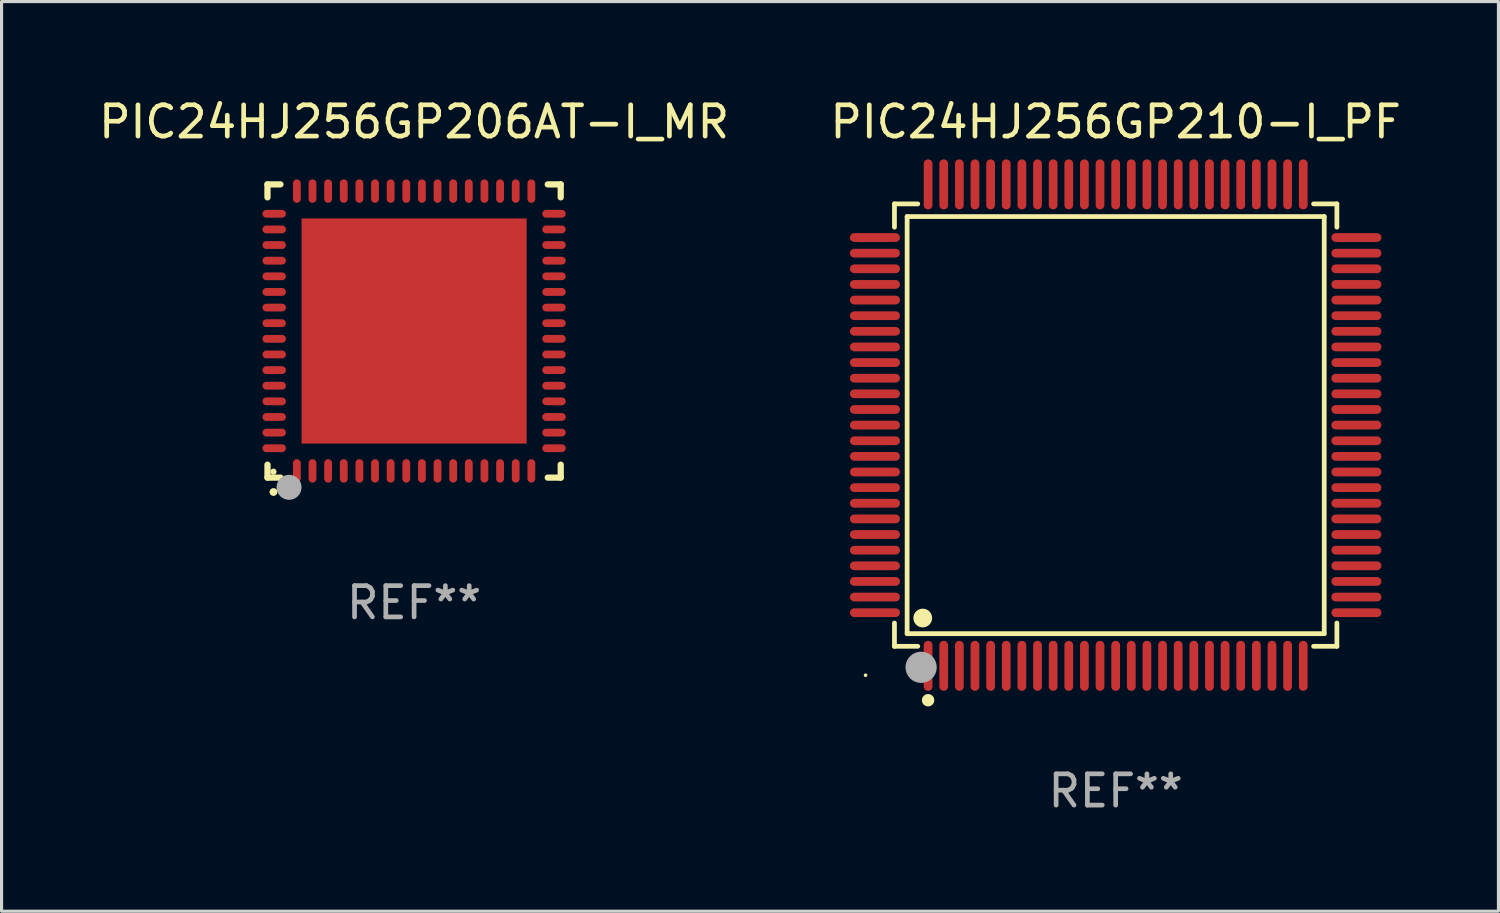
<source format=kicad_pcb>
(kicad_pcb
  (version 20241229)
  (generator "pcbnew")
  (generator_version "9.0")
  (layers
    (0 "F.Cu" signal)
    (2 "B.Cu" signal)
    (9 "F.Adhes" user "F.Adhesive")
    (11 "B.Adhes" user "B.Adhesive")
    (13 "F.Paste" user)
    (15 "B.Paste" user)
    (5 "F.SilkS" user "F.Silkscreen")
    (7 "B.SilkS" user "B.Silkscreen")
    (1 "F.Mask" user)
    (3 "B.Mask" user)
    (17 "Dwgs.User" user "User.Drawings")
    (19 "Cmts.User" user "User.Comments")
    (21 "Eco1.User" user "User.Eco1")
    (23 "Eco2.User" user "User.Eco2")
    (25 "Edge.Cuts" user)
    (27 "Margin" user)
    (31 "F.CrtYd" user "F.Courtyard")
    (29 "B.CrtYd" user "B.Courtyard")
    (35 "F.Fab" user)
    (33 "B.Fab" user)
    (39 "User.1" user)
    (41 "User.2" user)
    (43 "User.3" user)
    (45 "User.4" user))
  (footprint "PIC24HJ256GP210-I_PF"
    (layer "F.Cu")
    (at 32.637 10.548)
    (property "Reference" "PIC24HJ256GP210-I_PF" (at 0 -9.7 0) (layer "F.SilkS") (effects (font (size 1 1) (thickness 0.15))))
    (attr through_hole)
    (fp_line (start -7.076 -7.076) (end -6.331 -7.076) (stroke (width 0.152) (type solid)) (layer "F.SilkS"))
    (fp_line (start -7.076 -6.331) (end -7.076 -7.076) (stroke (width 0.152) (type solid)) (layer "F.SilkS"))
    (fp_line (start -7.076 6.331) (end -7.076 7.076) (stroke (width 0.152) (type solid)) (layer "F.SilkS"))
    (fp_line (start -7.076 7.076) (end -6.331 7.076) (stroke (width 0.152) (type solid)) (layer "F.SilkS"))
    (fp_line (start -6.671 -6.671) (end 6.671 -6.671) (stroke (width 0.152) (type solid)) (layer "F.SilkS"))
    (fp_line (start -6.671 6.671) (end -6.671 -6.671) (stroke (width 0.152) (type solid)) (layer "F.SilkS"))
    (fp_line (start 6.671 -6.671) (end 6.671 6.671) (stroke (width 0.152) (type solid)) (layer "F.SilkS"))
    (fp_line (start 6.671 6.671) (end -6.671 6.671) (stroke (width 0.152) (type solid)) (layer "F.SilkS"))
    (fp_line (start 7.076 -7.076) (end 6.331 -7.076) (stroke (width 0.152) (type solid)) (layer "F.SilkS"))
    (fp_line (start 7.076 -6.331) (end 7.076 -7.076) (stroke (width 0.152) (type solid)) (layer "F.SilkS"))
    (fp_line (start 7.076 6.331) (end 7.076 7.076) (stroke (width 0.152) (type solid)) (layer "F.SilkS"))
    (fp_line (start 7.076 7.076) (end 6.331 7.076) (stroke (width 0.152) (type solid)) (layer "F.SilkS"))
    (fp_circle (center -8 8) (end -7.97 8) (stroke (width 0.06) (type solid)) (fill no) (layer "F.SilkS"))
    (fp_circle (center -6.171 6.171) (end -6.021 6.171) (stroke (width 0.3) (type solid)) (fill no) (layer "F.SilkS"))
    (fp_circle (center -6 8.8) (end -5.9 8.8) (stroke (width 0.2) (type solid)) (fill no) (layer "F.SilkS"))
    (fp_circle (center -6.223 7.747) (end -5.973 7.747) (stroke (width 0.5) (type solid)) (fill no) (layer "F.Fab"))
    (fp_text user "REF**" (at 0 11.7 0) (layer "F.Fab") (effects (font (size 1 1) (thickness 0.15))))
    (pad "1" smd oval (at -6 7.7) (size 0.28 1.6) (layers "F.Cu" "F.Mask" "F.Paste"))
    (pad "2" smd oval (at -5.5 7.7) (size 0.28 1.6) (layers "F.Cu" "F.Mask" "F.Paste"))
    (pad "3" smd oval (at -5 7.7) (size 0.28 1.6) (layers "F.Cu" "F.Mask" "F.Paste"))
    (pad "4" smd oval (at -4.5 7.7) (size 0.28 1.6) (layers "F.Cu" "F.Mask" "F.Paste"))
    (pad "5" smd oval (at -4 7.7) (size 0.28 1.6) (layers "F.Cu" "F.Mask" "F.Paste"))
    (pad "6" smd oval (at -3.5 7.7) (size 0.28 1.6) (layers "F.Cu" "F.Mask" "F.Paste"))
    (pad "7" smd oval (at -3 7.7) (size 0.28 1.6) (layers "F.Cu" "F.Mask" "F.Paste"))
    (pad "8" smd oval (at -2.5 7.7) (size 0.28 1.6) (layers "F.Cu" "F.Mask" "F.Paste"))
    (pad "9" smd oval (at -2 7.7) (size 0.28 1.6) (layers "F.Cu" "F.Mask" "F.Paste"))
    (pad "10" smd oval (at -1.5 7.7) (size 0.28 1.6) (layers "F.Cu" "F.Mask" "F.Paste"))
    (pad "11" smd oval (at -1 7.7) (size 0.28 1.6) (layers "F.Cu" "F.Mask" "F.Paste"))
    (pad "12" smd oval (at -0.5 7.7) (size 0.28 1.6) (layers "F.Cu" "F.Mask" "F.Paste"))
    (pad "13" smd oval (at 0 7.7) (size 0.28 1.6) (layers "F.Cu" "F.Mask" "F.Paste"))
    (pad "14" smd oval (at 0.5 7.7) (size 0.28 1.6) (layers "F.Cu" "F.Mask" "F.Paste"))
    (pad "15" smd oval (at 1 7.7) (size 0.28 1.6) (layers "F.Cu" "F.Mask" "F.Paste"))
    (pad "16" smd oval (at 1.5 7.7) (size 0.28 1.6) (layers "F.Cu" "F.Mask" "F.Paste"))
    (pad "17" smd oval (at 2 7.7) (size 0.28 1.6) (layers "F.Cu" "F.Mask" "F.Paste"))
    (pad "18" smd oval (at 2.5 7.7) (size 0.28 1.6) (layers "F.Cu" "F.Mask" "F.Paste"))
    (pad "19" smd oval (at 3 7.7) (size 0.28 1.6) (layers "F.Cu" "F.Mask" "F.Paste"))
    (pad "20" smd oval (at 3.5 7.7) (size 0.28 1.6) (layers "F.Cu" "F.Mask" "F.Paste"))
    (pad "21" smd oval (at 4 7.7) (size 0.28 1.6) (layers "F.Cu" "F.Mask" "F.Paste"))
    (pad "22" smd oval (at 4.5 7.7) (size 0.28 1.6) (layers "F.Cu" "F.Mask" "F.Paste"))
    (pad "23" smd oval (at 5 7.7) (size 0.28 1.6) (layers "F.Cu" "F.Mask" "F.Paste"))
    (pad "24" smd oval (at 5.5 7.7) (size 0.28 1.6) (layers "F.Cu" "F.Mask" "F.Paste"))
    (pad "25" smd oval (at 6 7.7) (size 0.28 1.6) (layers "F.Cu" "F.Mask" "F.Paste"))
    (pad "26" smd oval (at 7.7 6) (size 1.6 0.28) (layers "F.Cu" "F.Mask" "F.Paste"))
    (pad "27" smd oval (at 7.7 5.5) (size 1.6 0.28) (layers "F.Cu" "F.Mask" "F.Paste"))
    (pad "28" smd oval (at 7.7 5) (size 1.6 0.28) (layers "F.Cu" "F.Mask" "F.Paste"))
    (pad "29" smd oval (at 7.7 4.5) (size 1.6 0.28) (layers "F.Cu" "F.Mask" "F.Paste"))
    (pad "30" smd oval (at 7.7 4) (size 1.6 0.28) (layers "F.Cu" "F.Mask" "F.Paste"))
    (pad "31" smd oval (at 7.7 3.5) (size 1.6 0.28) (layers "F.Cu" "F.Mask" "F.Paste"))
    (pad "32" smd oval (at 7.7 3) (size 1.6 0.28) (layers "F.Cu" "F.Mask" "F.Paste"))
    (pad "33" smd oval (at 7.7 2.5) (size 1.6 0.28) (layers "F.Cu" "F.Mask" "F.Paste"))
    (pad "34" smd oval (at 7.7 2) (size 1.6 0.28) (layers "F.Cu" "F.Mask" "F.Paste"))
    (pad "35" smd oval (at 7.7 1.5) (size 1.6 0.28) (layers "F.Cu" "F.Mask" "F.Paste"))
    (pad "36" smd oval (at 7.7 1) (size 1.6 0.28) (layers "F.Cu" "F.Mask" "F.Paste"))
    (pad "37" smd oval (at 7.7 0.5) (size 1.6 0.28) (layers "F.Cu" "F.Mask" "F.Paste"))
    (pad "38" smd oval (at 7.7 0) (size 1.6 0.28) (layers "F.Cu" "F.Mask" "F.Paste"))
    (pad "39" smd oval (at 7.7 -0.5) (size 1.6 0.28) (layers "F.Cu" "F.Mask" "F.Paste"))
    (pad "40" smd oval (at 7.7 -1) (size 1.6 0.28) (layers "F.Cu" "F.Mask" "F.Paste"))
    (pad "41" smd oval (at 7.7 -1.5) (size 1.6 0.28) (layers "F.Cu" "F.Mask" "F.Paste"))
    (pad "42" smd oval (at 7.7 -2) (size 1.6 0.28) (layers "F.Cu" "F.Mask" "F.Paste"))
    (pad "43" smd oval (at 7.7 -2.5) (size 1.6 0.28) (layers "F.Cu" "F.Mask" "F.Paste"))
    (pad "44" smd oval (at 7.7 -3) (size 1.6 0.28) (layers "F.Cu" "F.Mask" "F.Paste"))
    (pad "45" smd oval (at 7.7 -3.5) (size 1.6 0.28) (layers "F.Cu" "F.Mask" "F.Paste"))
    (pad "46" smd oval (at 7.7 -4) (size 1.6 0.28) (layers "F.Cu" "F.Mask" "F.Paste"))
    (pad "47" smd oval (at 7.7 -4.5) (size 1.6 0.28) (layers "F.Cu" "F.Mask" "F.Paste"))
    (pad "48" smd oval (at 7.7 -5) (size 1.6 0.28) (layers "F.Cu" "F.Mask" "F.Paste"))
    (pad "49" smd oval (at 7.7 -5.5) (size 1.6 0.28) (layers "F.Cu" "F.Mask" "F.Paste"))
    (pad "50" smd oval (at 7.7 -6) (size 1.6 0.28) (layers "F.Cu" "F.Mask" "F.Paste"))
    (pad "51" smd oval (at 6 -7.7) (size 0.28 1.6) (layers "F.Cu" "F.Mask" "F.Paste"))
    (pad "52" smd oval (at 5.5 -7.7) (size 0.28 1.6) (layers "F.Cu" "F.Mask" "F.Paste"))
    (pad "53" smd oval (at 5 -7.7) (size 0.28 1.6) (layers "F.Cu" "F.Mask" "F.Paste"))
    (pad "54" smd oval (at 4.5 -7.7) (size 0.28 1.6) (layers "F.Cu" "F.Mask" "F.Paste"))
    (pad "55" smd oval (at 4 -7.7) (size 0.28 1.6) (layers "F.Cu" "F.Mask" "F.Paste"))
    (pad "56" smd oval (at 3.5 -7.7) (size 0.28 1.6) (layers "F.Cu" "F.Mask" "F.Paste"))
    (pad "57" smd oval (at 3 -7.7) (size 0.28 1.6) (layers "F.Cu" "F.Mask" "F.Paste"))
    (pad "58" smd oval (at 2.5 -7.7) (size 0.28 1.6) (layers "F.Cu" "F.Mask" "F.Paste"))
    (pad "59" smd oval (at 2 -7.7) (size 0.28 1.6) (layers "F.Cu" "F.Mask" "F.Paste"))
    (pad "60" smd oval (at 1.5 -7.7) (size 0.28 1.6) (layers "F.Cu" "F.Mask" "F.Paste"))
    (pad "61" smd oval (at 1 -7.7) (size 0.28 1.6) (layers "F.Cu" "F.Mask" "F.Paste"))
    (pad "62" smd oval (at 0.5 -7.7) (size 0.28 1.6) (layers "F.Cu" "F.Mask" "F.Paste"))
    (pad "63" smd oval (at 0 -7.7) (size 0.28 1.6) (layers "F.Cu" "F.Mask" "F.Paste"))
    (pad "64" smd oval (at -0.5 -7.7) (size 0.28 1.6) (layers "F.Cu" "F.Mask" "F.Paste"))
    (pad "65" smd oval (at -1 -7.7) (size 0.28 1.6) (layers "F.Cu" "F.Mask" "F.Paste"))
    (pad "66" smd oval (at -1.5 -7.7) (size 0.28 1.6) (layers "F.Cu" "F.Mask" "F.Paste"))
    (pad "67" smd oval (at -2 -7.7) (size 0.28 1.6) (layers "F.Cu" "F.Mask" "F.Paste"))
    (pad "68" smd oval (at -2.5 -7.7) (size 0.28 1.6) (layers "F.Cu" "F.Mask" "F.Paste"))
    (pad "69" smd oval (at -3 -7.7) (size 0.28 1.6) (layers "F.Cu" "F.Mask" "F.Paste"))
    (pad "70" smd oval (at -3.5 -7.7) (size 0.28 1.6) (layers "F.Cu" "F.Mask" "F.Paste"))
    (pad "71" smd oval (at -4 -7.7) (size 0.28 1.6) (layers "F.Cu" "F.Mask" "F.Paste"))
    (pad "72" smd oval (at -4.5 -7.7) (size 0.28 1.6) (layers "F.Cu" "F.Mask" "F.Paste"))
    (pad "73" smd oval (at -5 -7.7) (size 0.28 1.6) (layers "F.Cu" "F.Mask" "F.Paste"))
    (pad "74" smd oval (at -5.5 -7.7) (size 0.28 1.6) (layers "F.Cu" "F.Mask" "F.Paste"))
    (pad "75" smd oval (at -6 -7.7) (size 0.28 1.6) (layers "F.Cu" "F.Mask" "F.Paste"))
    (pad "76" smd oval (at -7.7 -6) (size 1.6 0.28) (layers "F.Cu" "F.Mask" "F.Paste"))
    (pad "77" smd oval (at -7.7 -5.5) (size 1.6 0.28) (layers "F.Cu" "F.Mask" "F.Paste"))
    (pad "78" smd oval (at -7.7 -5) (size 1.6 0.28) (layers "F.Cu" "F.Mask" "F.Paste"))
    (pad "79" smd oval (at -7.7 -4.5) (size 1.6 0.28) (layers "F.Cu" "F.Mask" "F.Paste"))
    (pad "80" smd oval (at -7.7 -4) (size 1.6 0.28) (layers "F.Cu" "F.Mask" "F.Paste"))
    (pad "81" smd oval (at -7.7 -3.5) (size 1.6 0.28) (layers "F.Cu" "F.Mask" "F.Paste"))
    (pad "82" smd oval (at -7.7 -3) (size 1.6 0.28) (layers "F.Cu" "F.Mask" "F.Paste"))
    (pad "83" smd oval (at -7.7 -2.5) (size 1.6 0.28) (layers "F.Cu" "F.Mask" "F.Paste"))
    (pad "84" smd oval (at -7.7 -2) (size 1.6 0.28) (layers "F.Cu" "F.Mask" "F.Paste"))
    (pad "85" smd oval (at -7.7 -1.5) (size 1.6 0.28) (layers "F.Cu" "F.Mask" "F.Paste"))
    (pad "86" smd oval (at -7.7 -1) (size 1.6 0.28) (layers "F.Cu" "F.Mask" "F.Paste"))
    (pad "87" smd oval (at -7.7 -0.5) (size 1.6 0.28) (layers "F.Cu" "F.Mask" "F.Paste"))
    (pad "88" smd oval (at -7.7 0) (size 1.6 0.28) (layers "F.Cu" "F.Mask" "F.Paste"))
    (pad "89" smd oval (at -7.7 0.5) (size 1.6 0.28) (layers "F.Cu" "F.Mask" "F.Paste"))
    (pad "90" smd oval (at -7.7 1) (size 1.6 0.28) (layers "F.Cu" "F.Mask" "F.Paste"))
    (pad "91" smd oval (at -7.7 1.5) (size 1.6 0.28) (layers "F.Cu" "F.Mask" "F.Paste"))
    (pad "92" smd oval (at -7.7 2) (size 1.6 0.28) (layers "F.Cu" "F.Mask" "F.Paste"))
    (pad "93" smd oval (at -7.7 2.5) (size 1.6 0.28) (layers "F.Cu" "F.Mask" "F.Paste"))
    (pad "94" smd oval (at -7.7 3) (size 1.6 0.28) (layers "F.Cu" "F.Mask" "F.Paste"))
    (pad "95" smd oval (at -7.7 3.5) (size 1.6 0.28) (layers "F.Cu" "F.Mask" "F.Paste"))
    (pad "96" smd oval (at -7.7 4) (size 1.6 0.28) (layers "F.Cu" "F.Mask" "F.Paste"))
    (pad "97" smd oval (at -7.7 4.5) (size 1.6 0.28) (layers "F.Cu" "F.Mask" "F.Paste"))
    (pad "98" smd oval (at -7.7 5) (size 1.6 0.28) (layers "F.Cu" "F.Mask" "F.Paste"))
    (pad "99" smd oval (at -7.7 5.5) (size 1.6 0.28) (layers "F.Cu" "F.Mask" "F.Paste"))
    (pad "100" smd oval (at -7.7 6) (size 1.6 0.28) (layers "F.Cu" "F.Mask" "F.Paste")))
  (footprint "PIC24HJ256GP206AT-I_MR"
    (layer "F.Cu")
    (at 10.196 7.538)
    (property "Reference" "PIC24HJ256GP206AT-I_MR" (at 0 -6.69 0) (layer "F.SilkS") (effects (font (size 1 1) (thickness 0.15))))
    (attr through_hole)
    (fp_line (start -4.69 -4.69) (end -4.275 -4.69) (stroke (width 0.2) (type solid)) (layer "F.SilkS"))
    (fp_line (start -4.69 -4.275) (end -4.69 -4.69) (stroke (width 0.2) (type solid)) (layer "F.SilkS"))
    (fp_line (start -4.69 4.69) (end -4.69 4.275) (stroke (width 0.2) (type solid)) (layer "F.SilkS"))
    (fp_line (start -4.275 4.69) (end -4.69 4.69) (stroke (width 0.2) (type solid)) (layer "F.SilkS"))
    (fp_line (start 4.275 4.69) (end 4.69 4.69) (stroke (width 0.2) (type solid)) (layer "F.SilkS"))
    (fp_line (start 4.69 -4.69) (end 4.275 -4.69) (stroke (width 0.2) (type solid)) (layer "F.SilkS"))
    (fp_line (start 4.69 -4.275) (end 4.69 -4.69) (stroke (width 0.2) (type solid)) (layer "F.SilkS"))
    (fp_line (start 4.69 4.69) (end 4.69 4.275) (stroke (width 0.2) (type solid)) (layer "F.SilkS"))
    (fp_arc (start -4.499886 5.15) (mid -4.498616 5.149994) (end -4.497346 5.15) (stroke (width 0.24892) (type solid)) (layer "F.SilkS"))
    (fp_circle (center -4.5 4.5) (end -4.45 4.5) (stroke (width 0.1) (type solid)) (fill no) (layer "F.SilkS"))
    (fp_circle (center -4 5) (end -3.8 5) (stroke (width 0.4) (type solid)) (fill no) (layer "F.Fab"))
    (fp_text user "REF**" (at 0 8.69 0) (layer "F.Fab") (effects (font (size 1 1) (thickness 0.15))))
    (pad "1" smd oval (at -3.75 4.475) (size 0.25 0.75) (layers "F.Cu" "F.Mask" "F.Paste"))
    (pad "2" smd oval (at -3.25 4.475) (size 0.25 0.75) (layers "F.Cu" "F.Mask" "F.Paste"))
    (pad "3" smd oval (at -2.75 4.475) (size 0.25 0.75) (layers "F.Cu" "F.Mask" "F.Paste"))
    (pad "4" smd oval (at -2.25 4.475) (size 0.25 0.75) (layers "F.Cu" "F.Mask" "F.Paste"))
    (pad "5" smd oval (at -1.75 4.475) (size 0.25 0.75) (layers "F.Cu" "F.Mask" "F.Paste"))
    (pad "6" smd oval (at -1.25 4.475) (size 0.25 0.75) (layers "F.Cu" "F.Mask" "F.Paste"))
    (pad "7" smd oval (at -0.75 4.475) (size 0.25 0.75) (layers "F.Cu" "F.Mask" "F.Paste"))
    (pad "8" smd oval (at -0.25 4.475) (size 0.25 0.75) (layers "F.Cu" "F.Mask" "F.Paste"))
    (pad "9" smd oval (at 0.25 4.475) (size 0.25 0.75) (layers "F.Cu" "F.Mask" "F.Paste"))
    (pad "10" smd oval (at 0.75 4.475) (size 0.25 0.75) (layers "F.Cu" "F.Mask" "F.Paste"))
    (pad "11" smd oval (at 1.25 4.475) (size 0.25 0.75) (layers "F.Cu" "F.Mask" "F.Paste"))
    (pad "12" smd oval (at 1.75 4.475) (size 0.25 0.75) (layers "F.Cu" "F.Mask" "F.Paste"))
    (pad "13" smd oval (at 2.25 4.475) (size 0.25 0.75) (layers "F.Cu" "F.Mask" "F.Paste"))
    (pad "14" smd oval (at 2.75 4.475) (size 0.25 0.75) (layers "F.Cu" "F.Mask" "F.Paste"))
    (pad "15" smd oval (at 3.25 4.475) (size 0.25 0.75) (layers "F.Cu" "F.Mask" "F.Paste"))
    (pad "16" smd oval (at 3.75 4.475) (size 0.25 0.75) (layers "F.Cu" "F.Mask" "F.Paste"))
    (pad "17" smd oval (at 4.475 3.75) (size 0.75 0.25) (layers "F.Cu" "F.Mask" "F.Paste"))
    (pad "18" smd oval (at 4.475 3.25) (size 0.75 0.25) (layers "F.Cu" "F.Mask" "F.Paste"))
    (pad "19" smd oval (at 4.475 2.75) (size 0.75 0.25) (layers "F.Cu" "F.Mask" "F.Paste"))
    (pad "20" smd oval (at 4.475 2.25) (size 0.75 0.25) (layers "F.Cu" "F.Mask" "F.Paste"))
    (pad "21" smd oval (at 4.475 1.75) (size 0.75 0.25) (layers "F.Cu" "F.Mask" "F.Paste"))
    (pad "22" smd oval (at 4.475 1.25) (size 0.75 0.25) (layers "F.Cu" "F.Mask" "F.Paste"))
    (pad "23" smd oval (at 4.475 0.75) (size 0.75 0.25) (layers "F.Cu" "F.Mask" "F.Paste"))
    (pad "24" smd oval (at 4.475 0.25) (size 0.75 0.25) (layers "F.Cu" "F.Mask" "F.Paste"))
    (pad "25" smd oval (at 4.475 -0.25) (size 0.75 0.25) (layers "F.Cu" "F.Mask" "F.Paste"))
    (pad "26" smd oval (at 4.475 -0.75) (size 0.75 0.25) (layers "F.Cu" "F.Mask" "F.Paste"))
    (pad "27" smd oval (at 4.475 -1.25) (size 0.75 0.25) (layers "F.Cu" "F.Mask" "F.Paste"))
    (pad "28" smd oval (at 4.475 -1.75) (size 0.75 0.25) (layers "F.Cu" "F.Mask" "F.Paste"))
    (pad "29" smd oval (at 4.475 -2.25) (size 0.75 0.25) (layers "F.Cu" "F.Mask" "F.Paste"))
    (pad "30" smd oval (at 4.475 -2.75) (size 0.75 0.25) (layers "F.Cu" "F.Mask" "F.Paste"))
    (pad "31" smd oval (at 4.475 -3.25) (size 0.75 0.25) (layers "F.Cu" "F.Mask" "F.Paste"))
    (pad "32" smd oval (at 4.475 -3.75) (size 0.75 0.25) (layers "F.Cu" "F.Mask" "F.Paste"))
    (pad "33" smd oval (at 3.75 -4.475) (size 0.25 0.75) (layers "F.Cu" "F.Mask" "F.Paste"))
    (pad "34" smd oval (at 3.25 -4.475) (size 0.25 0.75) (layers "F.Cu" "F.Mask" "F.Paste"))
    (pad "35" smd oval (at 2.75 -4.475) (size 0.25 0.75) (layers "F.Cu" "F.Mask" "F.Paste"))
    (pad "36" smd oval (at 2.25 -4.475) (size 0.25 0.75) (layers "F.Cu" "F.Mask" "F.Paste"))
    (pad "37" smd oval (at 1.75 -4.475) (size 0.25 0.75) (layers "F.Cu" "F.Mask" "F.Paste"))
    (pad "38" smd oval (at 1.25 -4.475) (size 0.25 0.75) (layers "F.Cu" "F.Mask" "F.Paste"))
    (pad "39" smd oval (at 0.75 -4.475) (size 0.25 0.75) (layers "F.Cu" "F.Mask" "F.Paste"))
    (pad "40" smd oval (at 0.25 -4.475) (size 0.25 0.75) (layers "F.Cu" "F.Mask" "F.Paste"))
    (pad "41" smd oval (at -0.25 -4.475) (size 0.25 0.75) (layers "F.Cu" "F.Mask" "F.Paste"))
    (pad "42" smd oval (at -0.75 -4.475) (size 0.25 0.75) (layers "F.Cu" "F.Mask" "F.Paste"))
    (pad "43" smd oval (at -1.25 -4.475) (size 0.25 0.75) (layers "F.Cu" "F.Mask" "F.Paste"))
    (pad "44" smd oval (at -1.75 -4.475) (size 0.25 0.75) (layers "F.Cu" "F.Mask" "F.Paste"))
    (pad "45" smd oval (at -2.25 -4.475) (size 0.25 0.75) (layers "F.Cu" "F.Mask" "F.Paste"))
    (pad "46" smd oval (at -2.75 -4.475) (size 0.25 0.75) (layers "F.Cu" "F.Mask" "F.Paste"))
    (pad "47" smd oval (at -3.25 -4.475) (size 0.25 0.75) (layers "F.Cu" "F.Mask" "F.Paste"))
    (pad "48" smd oval (at -3.75 -4.475) (size 0.25 0.75) (layers "F.Cu" "F.Mask" "F.Paste"))
    (pad "49" smd oval (at -4.475 -3.75) (size 0.75 0.25) (layers "F.Cu" "F.Mask" "F.Paste"))
    (pad "50" smd oval (at -4.475 -3.25) (size 0.75 0.25) (layers "F.Cu" "F.Mask" "F.Paste"))
    (pad "51" smd oval (at -4.475 -2.75) (size 0.75 0.25) (layers "F.Cu" "F.Mask" "F.Paste"))
    (pad "52" smd oval (at -4.475 -2.25) (size 0.75 0.25) (layers "F.Cu" "F.Mask" "F.Paste"))
    (pad "53" smd oval (at -4.475 -1.75) (size 0.75 0.25) (layers "F.Cu" "F.Mask" "F.Paste"))
    (pad "54" smd oval (at -4.475 -1.25) (size 0.75 0.25) (layers "F.Cu" "F.Mask" "F.Paste"))
    (pad "55" smd oval (at -4.475 -0.75) (size 0.75 0.25) (layers "F.Cu" "F.Mask" "F.Paste"))
    (pad "56" smd oval (at -4.475 -0.25) (size 0.75 0.25) (layers "F.Cu" "F.Mask" "F.Paste"))
    (pad "57" smd oval (at -4.475 0.25) (size 0.75 0.25) (layers "F.Cu" "F.Mask" "F.Paste"))
    (pad "58" smd oval (at -4.475 0.75) (size 0.75 0.25) (layers "F.Cu" "F.Mask" "F.Paste"))
    (pad "59" smd oval (at -4.475 1.25) (size 0.75 0.25) (layers "F.Cu" "F.Mask" "F.Paste"))
    (pad "60" smd oval (at -4.475 1.75) (size 0.75 0.25) (layers "F.Cu" "F.Mask" "F.Paste"))
    (pad "61" smd oval (at -4.475 2.25) (size 0.75 0.25) (layers "F.Cu" "F.Mask" "F.Paste"))
    (pad "62" smd oval (at -4.475 2.75) (size 0.75 0.25) (layers "F.Cu" "F.Mask" "F.Paste"))
    (pad "63" smd oval (at -4.475 3.25) (size 0.75 0.25) (layers "F.Cu" "F.Mask" "F.Paste"))
    (pad "64" smd oval (at -4.475 3.75) (size 0.75 0.25) (layers "F.Cu" "F.Mask" "F.Paste"))
    (pad "65" smd rect (at 0.000368 0.000013) (size 7.2 7.2) (layers "F.Cu" "F.Mask" "F.Paste")))
  (gr_rect
    (start -3 -3)
    (end 44.881 26.097)
    (stroke (width 0.1) (type default))
    (fill no)
    (layer "Edge.Cuts")))
</source>
